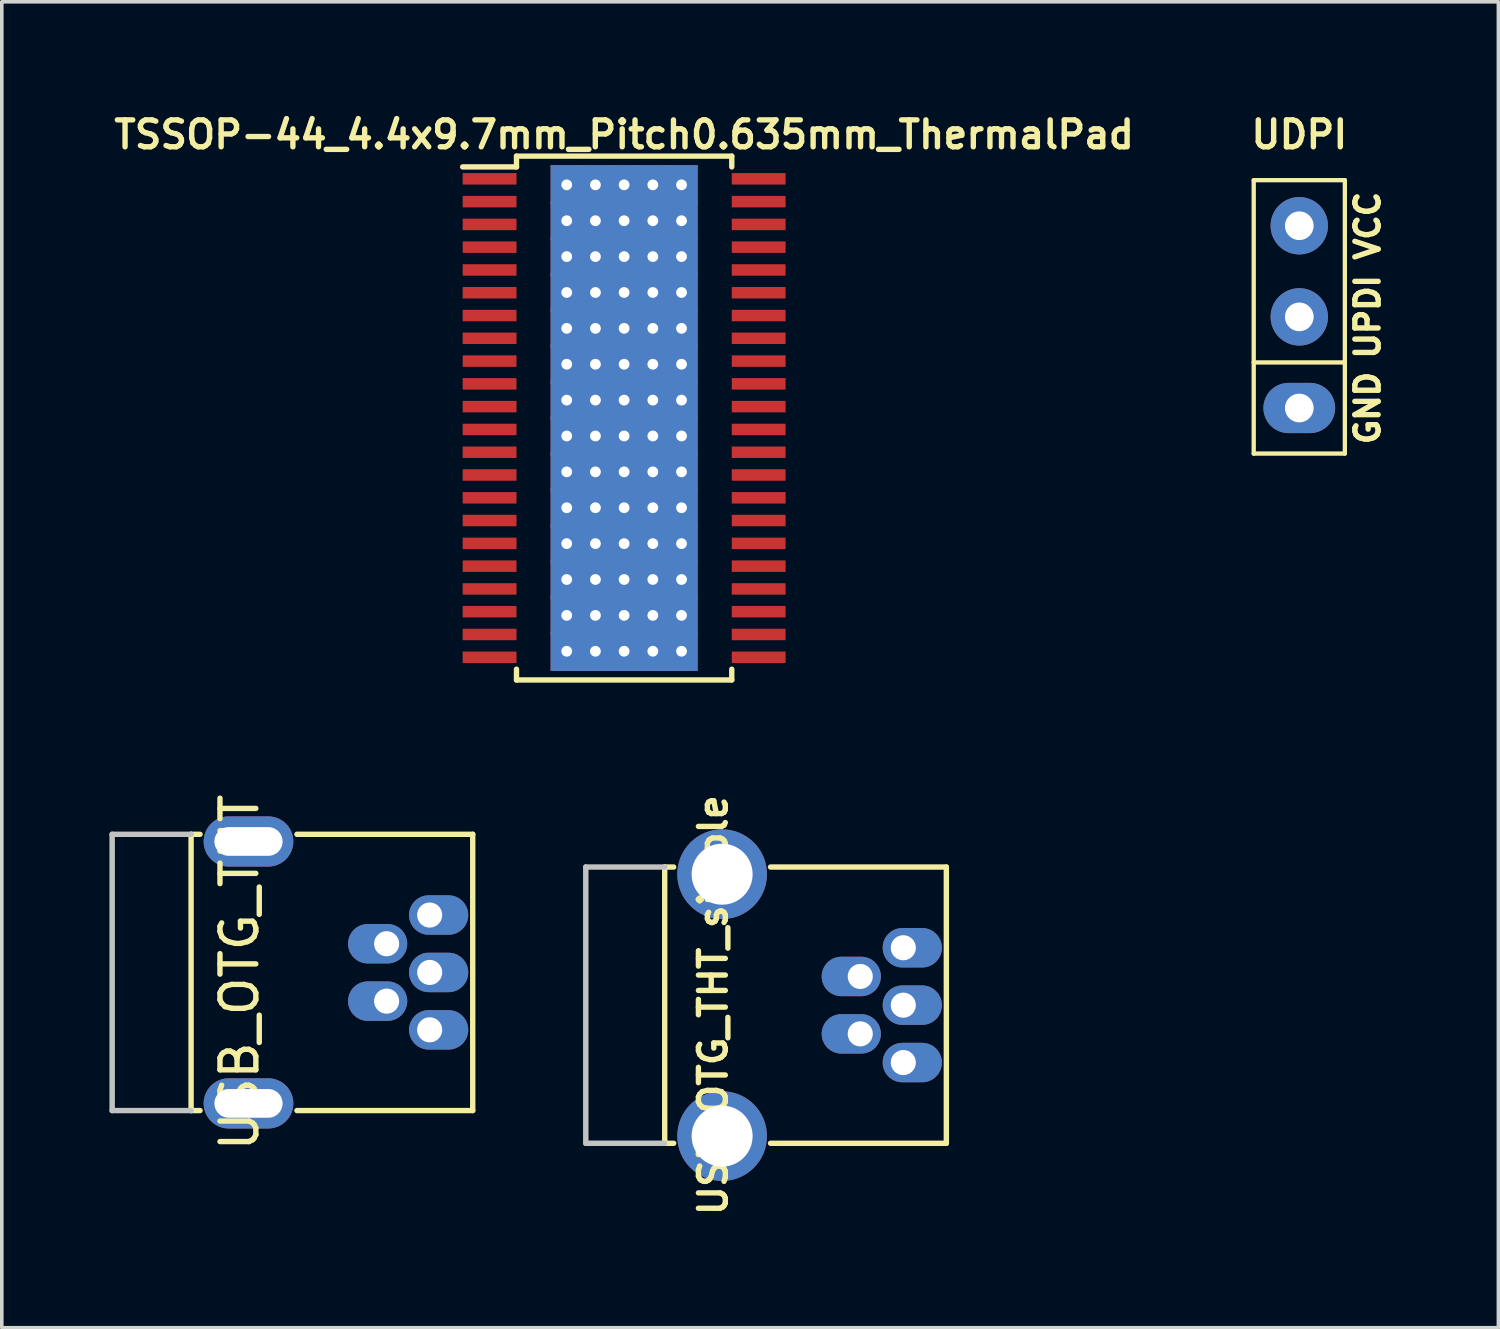
<source format=kicad_pcb>
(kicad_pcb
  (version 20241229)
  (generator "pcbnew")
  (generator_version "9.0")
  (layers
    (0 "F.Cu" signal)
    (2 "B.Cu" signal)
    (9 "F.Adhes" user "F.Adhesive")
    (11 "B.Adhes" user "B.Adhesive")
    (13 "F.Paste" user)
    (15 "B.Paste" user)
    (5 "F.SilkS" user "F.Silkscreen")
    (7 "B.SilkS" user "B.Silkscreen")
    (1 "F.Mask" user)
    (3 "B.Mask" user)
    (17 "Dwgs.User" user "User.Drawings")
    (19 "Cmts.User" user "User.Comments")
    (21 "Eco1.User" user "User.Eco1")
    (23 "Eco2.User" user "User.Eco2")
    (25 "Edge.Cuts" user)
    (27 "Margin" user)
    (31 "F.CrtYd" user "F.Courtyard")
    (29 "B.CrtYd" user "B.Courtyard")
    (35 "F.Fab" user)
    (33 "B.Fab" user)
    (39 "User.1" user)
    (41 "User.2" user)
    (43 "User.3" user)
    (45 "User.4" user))
  (footprint "UDPI"
    (layer "F.Cu")
    (at 33.164 5.782)
    (property "Reference" "UDPI" (at 0 -5.08 0) (unlocked yes) (layer "F.SilkS") (effects (font (size 0.75 0.75) (thickness 0.15))))
    (attr through_hole)
    (fp_line (start -1.27 -3.81) (end 1.27 -3.81) (stroke (width 0.12) (type solid)) (layer "F.SilkS"))
    (fp_line (start -1.27 1.27) (end 1.27 1.27) (stroke (width 0.12) (type solid)) (layer "F.SilkS"))
    (fp_line (start -1.27 3.81) (end -1.27 -3.81) (stroke (width 0.12) (type solid)) (layer "F.SilkS"))
    (fp_line (start 1.27 -3.81) (end 1.27 3.81) (stroke (width 0.12) (type solid)) (layer "F.SilkS"))
    (fp_line (start 1.27 3.81) (end -1.27 3.81) (stroke (width 0.12) (type solid)) (layer "F.SilkS"))
    (fp_text user "GND" (at 1.905 2.54 90) (unlocked yes) (layer "F.SilkS") (effects (font (size 0.65 0.65) (thickness 0.15))))
    (fp_text user "VCC" (at 1.905 -2.54 90) (unlocked yes) (layer "F.SilkS") (effects (font (size 0.65 0.65) (thickness 0.15))))
    (fp_text user "UPDI" (at 1.905 0 90) (unlocked yes) (layer "F.SilkS") (effects (font (size 0.65 0.65) (thickness 0.15))))
    (pad "1" thru_hole oval (at 0 2.54 90) (size 1.4 2) (drill 0.8) (layers "*.Cu" "*.Mask"))
    (pad "2" thru_hole circle (at 0 0) (size 1.6 1.6) (drill 0.8) (layers "*.Cu" "*.Mask"))
    (pad "3" thru_hole circle (at 0 -2.54) (size 1.6 1.6) (drill 0.8) (layers "*.Cu" "*.Mask")))
  (footprint "USB_OTG_THT_simple"
    (layer "F.Cu")
    (at 22.127 24.966)
    (property "Reference" "USB_OTG_THT_simple" (at -5.3 0 90) (layer "F.SilkS") (effects (font (size 0.75 0.75) (thickness 0.15))))
    (attr through_hole)
    (fp_line (start -6.65 -3.85) (end -6.65 3.85) (stroke (width 0.15) (type solid)) (layer "F.SilkS"))
    (fp_line (start -6.65 -3.85) (end -6.4 -3.85) (stroke (width 0.15) (type solid)) (layer "F.SilkS"))
    (fp_line (start -6.65 3.85) (end -6.4 3.85) (stroke (width 0.15) (type solid)) (layer "F.SilkS"))
    (fp_line (start -3.7 -3.85) (end 1.2 -3.85) (stroke (width 0.15) (type solid)) (layer "F.SilkS"))
    (fp_line (start 1.2 -3.85) (end 1.2 3.85) (stroke (width 0.15) (type solid)) (layer "F.SilkS"))
    (fp_line (start 1.2 3.85) (end -3.7 3.85) (stroke (width 0.15) (type solid)) (layer "F.SilkS"))
    (fp_line (start -8.85 -3.85) (end -8.85 3.85) (stroke (width 0.152) (type solid)) (layer "Dwgs.User"))
    (fp_line (start -8.85 -3.85) (end -6.65 -3.85) (stroke (width 0.152) (type solid)) (layer "Dwgs.User"))
    (fp_line (start -8.85 3.85) (end -6.65 3.85) (stroke (width 0.152) (type solid)) (layer "Dwgs.User"))
    (pad "1" thru_hole oval (at 0 -1.6 90) (size 1.1 1.65) (drill 0.7 (offset 0 0.25)) (layers "*.Cu" "*.Mask"))
    (pad "2" thru_hole oval (at -1.2 -0.8 270) (size 1.1 1.65) (drill 0.7 (offset 0 0.25)) (layers "*.Cu" "*.Mask"))
    (pad "3" thru_hole oval (at 0 0 90) (size 1.1 1.65) (drill 0.7 (offset 0 0.25)) (layers "*.Cu" "*.Mask"))
    (pad "4" thru_hole oval (at -1.2 0.8 270) (size 1.1 1.65) (drill 0.7 (offset 0 0.25)) (layers "*.Cu" "*.Mask"))
    (pad "5" thru_hole oval (at 0 1.6 90) (size 1.1 1.65) (drill 0.7 (offset 0 0.25)) (layers "*.Cu" "*.Mask"))
    (pad "6" thru_hole circle (at -5.05 3.65) (size 2.5 2.5) (drill 1.7) (layers "*.Cu" "*.Mask"))
    (pad "7" thru_hole circle (at -5.05 -3.65) (size 2.5 2.5) (drill 1.7) (layers "*.Cu" "*.Mask")))
  (footprint "USB_OTG_THT"
    (layer "F.Cu")
    (at 8.926 24.054)
    (property "Reference" "USB_OTG_THT" (at -5.3 0 90) (layer "F.SilkS") (effects (font (size 1 1) (thickness 0.15))))
    (attr through_hole)
    (fp_line (start -6.65 -3.85) (end -6.65 3.85) (stroke (width 0.15) (type solid)) (layer "F.SilkS"))
    (fp_line (start -6.65 -3.85) (end -6.4 -3.85) (stroke (width 0.15) (type solid)) (layer "F.SilkS"))
    (fp_line (start -6.65 3.85) (end -6.4 3.85) (stroke (width 0.15) (type solid)) (layer "F.SilkS"))
    (fp_line (start -3.7 -3.85) (end 1.2 -3.85) (stroke (width 0.15) (type solid)) (layer "F.SilkS"))
    (fp_line (start 1.2 -3.85) (end 1.2 3.85) (stroke (width 0.15) (type solid)) (layer "F.SilkS"))
    (fp_line (start 1.2 3.85) (end -3.7 3.85) (stroke (width 0.15) (type solid)) (layer "F.SilkS"))
    (fp_line (start -8.85 -3.85) (end -8.85 3.85) (stroke (width 0.152) (type solid)) (layer "Dwgs.User"))
    (fp_line (start -8.85 -3.85) (end -6.65 -3.85) (stroke (width 0.152) (type solid)) (layer "Dwgs.User"))
    (fp_line (start -8.85 3.85) (end -6.65 3.85) (stroke (width 0.152) (type solid)) (layer "Dwgs.User"))
    (pad "1" thru_hole oval (at 0 -1.6 90) (size 1.1 1.65) (drill 0.7 (offset 0 0.25)) (layers "*.Cu" "*.Mask"))
    (pad "2" thru_hole oval (at -1.2 -0.8 270) (size 1.1 1.65) (drill 0.7 (offset 0 0.25)) (layers "*.Cu" "*.Mask"))
    (pad "3" thru_hole oval (at 0 0 90) (size 1.1 1.65) (drill 0.7 (offset 0 0.25)) (layers "*.Cu" "*.Mask"))
    (pad "4" thru_hole oval (at -1.2 0.8 270) (size 1.1 1.65) (drill 0.7 (offset 0 0.25)) (layers "*.Cu" "*.Mask"))
    (pad "5" thru_hole oval (at 0 1.6 90) (size 1.1 1.65) (drill 0.7 (offset 0 0.25)) (layers "*.Cu" "*.Mask"))
    (pad "6" thru_hole oval (at -5.05 3.65) (size 2.5 1.4) (drill oval 1.9 0.8) (layers "*.Cu" "*.Mask"))
    (pad "7" thru_hole oval (at -5.05 -3.65) (size 2.5 1.4) (drill oval 1.9 0.8) (layers "*.Cu" "*.Mask")))
  (footprint "TSSOP-44_4.4x9.7mm_Pitch0.635mm_ThermalPad"
    (layer "F.Cu")
    (at 14.346 8.602)
    (property "Reference" "TSSOP-44_4.4x9.7mm_Pitch0.635mm_ThermalPad" (at 0 -7.9 0) (layer "F.SilkS") (effects (font (size 0.75 0.75) (thickness 0.15))))
    (attr smd)
    (fp_line (start -3 -7.3) (end -3 -7) (stroke (width 0.15) (type solid)) (layer "F.SilkS"))
    (fp_line (start -3 -7.3) (end 3 -7.3) (stroke (width 0.15) (type solid)) (layer "F.SilkS"))
    (fp_line (start -3 -7) (end -4.5 -7) (stroke (width 0.15) (type solid)) (layer "F.SilkS"))
    (fp_line (start -3 7.3) (end -3 7) (stroke (width 0.15) (type solid)) (layer "F.SilkS"))
    (fp_line (start -3 7.3) (end 3 7.3) (stroke (width 0.15) (type solid)) (layer "F.SilkS"))
    (fp_line (start 3 -7) (end 3 -7.3) (stroke (width 0.15) (type solid)) (layer "F.SilkS"))
    (fp_line (start 3 7.3) (end 3 7) (stroke (width 0.15) (type solid)) (layer "F.SilkS"))
    (pad "1" smd rect (at -3.75 -6.668) (size 1.5 0.32) (layers "F.Cu" "F.Mask" "F.Paste"))
    (pad "2" smd rect (at -3.75 -6.032) (size 1.5 0.32) (layers "F.Cu" "F.Mask" "F.Paste"))
    (pad "3" smd rect (at -3.75 -5.397) (size 1.5 0.32) (layers "F.Cu" "F.Mask" "F.Paste"))
    (pad "4" smd rect (at -3.75 -4.763) (size 1.5 0.32) (layers "F.Cu" "F.Mask" "F.Paste"))
    (pad "5" smd rect (at -3.75 -4.128) (size 1.5 0.32) (layers "F.Cu" "F.Mask" "F.Paste"))
    (pad "6" smd rect (at -3.75 -3.493) (size 1.5 0.32) (layers "F.Cu" "F.Mask" "F.Paste"))
    (pad "7" smd rect (at -3.75 -2.857) (size 1.5 0.32) (layers "F.Cu" "F.Mask" "F.Paste"))
    (pad "8" smd rect (at -3.75 -2.223) (size 1.5 0.32) (layers "F.Cu" "F.Mask" "F.Paste"))
    (pad "9" smd rect (at -3.75 -1.587) (size 1.5 0.32) (layers "F.Cu" "F.Mask" "F.Paste"))
    (pad "10" smd rect (at -3.75 -0.953) (size 1.5 0.32) (layers "F.Cu" "F.Mask" "F.Paste"))
    (pad "11" smd rect (at -3.75 -0.318) (size 1.5 0.32) (layers "F.Cu" "F.Mask" "F.Paste"))
    (pad "12" smd rect (at -3.75 0.318) (size 1.5 0.32) (layers "F.Cu" "F.Mask" "F.Paste"))
    (pad "13" smd rect (at -3.75 0.953) (size 1.5 0.32) (layers "F.Cu" "F.Mask" "F.Paste"))
    (pad "14" smd rect (at -3.75 1.587) (size 1.5 0.32) (layers "F.Cu" "F.Mask" "F.Paste"))
    (pad "15" smd rect (at -3.75 2.223) (size 1.5 0.32) (layers "F.Cu" "F.Mask" "F.Paste"))
    (pad "16" smd rect (at -3.75 2.857) (size 1.5 0.32) (layers "F.Cu" "F.Mask" "F.Paste"))
    (pad "17" smd rect (at -3.75 3.493) (size 1.5 0.32) (layers "F.Cu" "F.Mask" "F.Paste"))
    (pad "18" smd rect (at -3.75 4.128) (size 1.5 0.32) (layers "F.Cu" "F.Mask" "F.Paste"))
    (pad "19" smd rect (at -3.75 4.763) (size 1.5 0.32) (layers "F.Cu" "F.Mask" "F.Paste"))
    (pad "20" smd rect (at -3.75 5.397) (size 1.5 0.32) (layers "F.Cu" "F.Mask" "F.Paste"))
    (pad "21" smd rect (at -3.75 6.032) (size 1.5 0.32) (layers "F.Cu" "F.Mask" "F.Paste"))
    (pad "22" smd rect (at -3.75 6.668) (size 1.5 0.32) (layers "F.Cu" "F.Mask" "F.Paste"))
    (pad "23" smd rect (at 3.75 6.668) (size 1.5 0.32) (layers "F.Cu" "F.Mask" "F.Paste"))
    (pad "24" smd rect (at 3.75 6.032) (size 1.5 0.32) (layers "F.Cu" "F.Mask" "F.Paste"))
    (pad "25" smd rect (at 3.75 5.397) (size 1.5 0.32) (layers "F.Cu" "F.Mask" "F.Paste"))
    (pad "26" smd rect (at 3.75 4.763) (size 1.5 0.32) (layers "F.Cu" "F.Mask" "F.Paste"))
    (pad "27" smd rect (at 3.75 4.128) (size 1.5 0.32) (layers "F.Cu" "F.Mask" "F.Paste"))
    (pad "28" smd rect (at 3.75 3.493) (size 1.5 0.32) (layers "F.Cu" "F.Mask" "F.Paste"))
    (pad "29" smd rect (at 3.75 2.857) (size 1.5 0.32) (layers "F.Cu" "F.Mask" "F.Paste"))
    (pad "30" smd rect (at 3.75 2.223) (size 1.5 0.32) (layers "F.Cu" "F.Mask" "F.Paste"))
    (pad "31" smd rect (at 3.75 1.587) (size 1.5 0.32) (layers "F.Cu" "F.Mask" "F.Paste"))
    (pad "32" smd rect (at 3.75 0.953) (size 1.5 0.32) (layers "F.Cu" "F.Mask" "F.Paste"))
    (pad "33" smd rect (at 3.75 0.318) (size 1.5 0.32) (layers "F.Cu" "F.Mask" "F.Paste"))
    (pad "34" smd rect (at 3.75 -0.318) (size 1.5 0.32) (layers "F.Cu" "F.Mask" "F.Paste"))
    (pad "35" smd rect (at 3.75 -0.953) (size 1.5 0.32) (layers "F.Cu" "F.Mask" "F.Paste"))
    (pad "36" smd rect (at 3.75 -1.587) (size 1.5 0.32) (layers "F.Cu" "F.Mask" "F.Paste"))
    (pad "37" smd rect (at 3.75 -2.223) (size 1.5 0.32) (layers "F.Cu" "F.Mask" "F.Paste"))
    (pad "38" smd rect (at 3.75 -2.857) (size 1.5 0.32) (layers "F.Cu" "F.Mask" "F.Paste"))
    (pad "39" smd rect (at 3.75 -3.493) (size 1.5 0.32) (layers "F.Cu" "F.Mask" "F.Paste"))
    (pad "40" smd rect (at 3.75 -4.128) (size 1.5 0.32) (layers "F.Cu" "F.Mask" "F.Paste"))
    (pad "41" smd rect (at 3.75 -4.763) (size 1.5 0.32) (layers "F.Cu" "F.Mask" "F.Paste"))
    (pad "42" smd rect (at 3.75 -5.397) (size 1.5 0.32) (layers "F.Cu" "F.Mask" "F.Paste"))
    (pad "43" smd rect (at 3.75 -6.032) (size 1.5 0.32) (layers "F.Cu" "F.Mask" "F.Paste"))
    (pad "44" smd rect (at 3.75 -6.668) (size 1.5 0.32) (layers "F.Cu" "F.Mask" "F.Paste"))
    (pad "45" thru_hole rect (at -1.6 -6.5) (size 0.9 1.1) (drill 0.3) (layers "*.Cu"))
    (pad "45" thru_hole rect (at -1.6 -5.5) (size 0.9 1.1) (drill 0.3) (layers "*.Cu"))
    (pad "45" thru_hole rect (at -1.6 -4.5) (size 0.9 1.1) (drill 0.3) (layers "*.Cu"))
    (pad "45" thru_hole rect (at -1.6 -3.5) (size 0.9 1.1) (drill 0.3) (layers "*.Cu" "*.Mask"))
    (pad "45" thru_hole rect (at -1.6 -2.5) (size 0.9 1.1) (drill 0.3) (layers "*.Cu" "*.Mask"))
    (pad "45" thru_hole rect (at -1.6 -1.5) (size 0.9 1.1) (drill 0.3) (layers "*.Cu" "*.Mask"))
    (pad "45" thru_hole rect (at -1.6 -0.5) (size 0.9 1.1) (drill 0.3) (layers "*.Cu" "*.Mask"))
    (pad "45" thru_hole rect (at -1.6 0.5) (size 0.9 1.1) (drill 0.3) (layers "*.Cu" "*.Mask"))
    (pad "45" thru_hole rect (at -1.6 1.5) (size 0.9 1.1) (drill 0.3) (layers "*.Cu" "*.Mask"))
    (pad "45" thru_hole rect (at -1.6 2.5) (size 0.9 1.1) (drill 0.3) (layers "*.Cu" "*.Mask"))
    (pad "45" thru_hole rect (at -1.6 3.5) (size 0.9 1.1) (drill 0.3) (layers "*.Cu" "*.Mask"))
    (pad "45" thru_hole rect (at -1.6 4.5) (size 0.9 1.1) (drill 0.3) (layers "*.Cu"))
    (pad "45" thru_hole rect (at -1.6 5.5) (size 0.9 1.1) (drill 0.3) (layers "*.Cu"))
    (pad "45" thru_hole rect (at -1.6 6.5) (size 0.9 1.1) (drill 0.3) (layers "*.Cu"))
    (pad "45" thru_hole rect (at -0.8 -6.5) (size 0.9 1.1) (drill 0.3) (layers "*.Cu"))
    (pad "45" thru_hole rect (at -0.8 -5.5) (size 0.9 1.1) (drill 0.3) (layers "*.Cu"))
    (pad "45" thru_hole rect (at -0.8 -4.5) (size 0.9 1.1) (drill 0.3) (layers "*.Cu"))
    (pad "45" thru_hole rect (at -0.8 -3.5) (size 0.9 1.1) (drill 0.3) (layers "*.Cu" "*.Mask"))
    (pad "45" thru_hole rect (at -0.8 -2.5) (size 0.9 1.1) (drill 0.3) (layers "*.Cu" "*.Mask"))
    (pad "45" thru_hole rect (at -0.8 -1.5) (size 0.9 1.1) (drill 0.3) (layers "*.Cu" "*.Mask"))
    (pad "45" thru_hole rect (at -0.8 -0.5) (size 0.9 1.1) (drill 0.3) (layers "*.Cu" "*.Mask"))
    (pad "45" thru_hole rect (at -0.8 0.5) (size 0.9 1.1) (drill 0.3) (layers "*.Cu" "*.Mask"))
    (pad "45" thru_hole rect (at -0.8 1.5) (size 0.9 1.1) (drill 0.3) (layers "*.Cu" "*.Mask"))
    (pad "45" thru_hole rect (at -0.8 2.5) (size 0.9 1.1) (drill 0.3) (layers "*.Cu" "*.Mask"))
    (pad "45" thru_hole rect (at -0.8 3.5) (size 0.9 1.1) (drill 0.3) (layers "*.Cu" "*.Mask"))
    (pad "45" thru_hole rect (at -0.8 4.5) (size 0.9 1.1) (drill 0.3) (layers "*.Cu"))
    (pad "45" thru_hole rect (at -0.8 5.5) (size 0.9 1.1) (drill 0.3) (layers "*.Cu"))
    (pad "45" thru_hole rect (at -0.8 6.5) (size 0.9 1.1) (drill 0.3) (layers "*.Cu"))
    (pad "45" thru_hole rect (at 0 -6.5) (size 0.9 1.1) (drill 0.3) (layers "*.Cu"))
    (pad "45" thru_hole rect (at 0 -5.5) (size 0.9 1.1) (drill 0.3) (layers "*.Cu"))
    (pad "45" thru_hole rect (at 0 -4.5) (size 0.9 1.1) (drill 0.3) (layers "*.Cu"))
    (pad "45" thru_hole rect (at 0 -3.5) (size 0.9 1.1) (drill 0.3) (layers "*.Cu" "*.Mask"))
    (pad "45" thru_hole rect (at 0 -2.5) (size 0.9 1.1) (drill 0.3) (layers "*.Cu" "*.Mask"))
    (pad "45" thru_hole rect (at 0 -1.5) (size 0.9 1.1) (drill 0.3) (layers "*.Cu" "*.Mask"))
    (pad "45" thru_hole rect (at 0 -0.5) (size 0.9 1.1) (drill 0.3) (layers "*.Cu" "*.Mask"))
    (pad "45" thru_hole rect (at 0 0.5) (size 0.9 1.1) (drill 0.3) (layers "*.Cu" "*.Mask"))
    (pad "45" thru_hole rect (at 0 1.5) (size 0.9 1.1) (drill 0.3) (layers "*.Cu" "*.Mask"))
    (pad "45" thru_hole rect (at 0 2.5) (size 0.9 1.1) (drill 0.3) (layers "*.Cu" "*.Mask"))
    (pad "45" thru_hole rect (at 0 3.5) (size 0.9 1.1) (drill 0.3) (layers "*.Cu" "*.Mask"))
    (pad "45" thru_hole rect (at 0 4.5) (size 0.9 1.1) (drill 0.3) (layers "*.Cu"))
    (pad "45" thru_hole rect (at 0 5.5) (size 0.9 1.1) (drill 0.3) (layers "*.Cu"))
    (pad "45" thru_hole rect (at 0 6.5) (size 0.9 1.1) (drill 0.3) (layers "*.Cu"))
    (pad "45" thru_hole rect (at 0.8 -6.5) (size 0.9 1.1) (drill 0.3) (layers "*.Cu"))
    (pad "45" thru_hole rect (at 0.8 -5.5) (size 0.9 1.1) (drill 0.3) (layers "*.Cu"))
    (pad "45" thru_hole rect (at 0.8 -4.5) (size 0.9 1.1) (drill 0.3) (layers "*.Cu"))
    (pad "45" thru_hole rect (at 0.8 -3.5) (size 0.9 1.1) (drill 0.3) (layers "*.Cu" "*.Mask"))
    (pad "45" thru_hole rect (at 0.8 -2.5) (size 0.9 1.1) (drill 0.3) (layers "*.Cu" "*.Mask"))
    (pad "45" thru_hole rect (at 0.8 -1.5) (size 0.9 1.1) (drill 0.3) (layers "*.Cu" "*.Mask"))
    (pad "45" thru_hole rect (at 0.8 -0.5) (size 0.9 1.1) (drill 0.3) (layers "*.Cu" "*.Mask"))
    (pad "45" thru_hole rect (at 0.8 0.5) (size 0.9 1.1) (drill 0.3) (layers "*.Cu" "*.Mask"))
    (pad "45" thru_hole rect (at 0.8 1.5) (size 0.9 1.1) (drill 0.3) (layers "*.Cu" "*.Mask"))
    (pad "45" thru_hole rect (at 0.8 2.5) (size 0.9 1.1) (drill 0.3) (layers "*.Cu" "*.Mask"))
    (pad "45" thru_hole rect (at 0.8 3.5) (size 0.9 1.1) (drill 0.3) (layers "*.Cu" "*.Mask"))
    (pad "45" thru_hole rect (at 0.8 4.5) (size 0.9 1.1) (drill 0.3) (layers "*.Cu"))
    (pad "45" thru_hole rect (at 0.8 5.5) (size 0.9 1.1) (drill 0.3) (layers "*.Cu"))
    (pad "45" thru_hole rect (at 0.8 6.5) (size 0.9 1.1) (drill 0.3) (layers "*.Cu"))
    (pad "45" thru_hole rect (at 1.6 -6.5) (size 0.9 1.1) (drill 0.3) (layers "*.Cu"))
    (pad "45" thru_hole rect (at 1.6 -5.5) (size 0.9 1.1) (drill 0.3) (layers "*.Cu"))
    (pad "45" thru_hole rect (at 1.6 -4.5) (size 0.9 1.1) (drill 0.3) (layers "*.Cu"))
    (pad "45" thru_hole rect (at 1.6 -3.5) (size 0.9 1.1) (drill 0.3) (layers "*.Cu" "*.Mask"))
    (pad "45" thru_hole rect (at 1.6 -2.5) (size 0.9 1.1) (drill 0.3) (layers "*.Cu" "*.Mask"))
    (pad "45" thru_hole rect (at 1.6 -1.5) (size 0.9 1.1) (drill 0.3) (layers "*.Cu" "*.Mask"))
    (pad "45" thru_hole rect (at 1.6 -0.5) (size 0.9 1.1) (drill 0.3) (layers "*.Cu" "*.Mask"))
    (pad "45" thru_hole rect (at 1.6 0.5) (size 0.9 1.1) (drill 0.3) (layers "*.Cu" "*.Mask"))
    (pad "45" thru_hole rect (at 1.6 1.5) (size 0.9 1.1) (drill 0.3) (layers "*.Cu" "*.Mask"))
    (pad "45" thru_hole rect (at 1.6 2.5) (size 0.9 1.1) (drill 0.3) (layers "*.Cu" "*.Mask"))
    (pad "45" thru_hole rect (at 1.6 3.5) (size 0.9 1.1) (drill 0.3) (layers "*.Cu" "*.Mask"))
    (pad "45" thru_hole rect (at 1.6 4.5) (size 0.9 1.1) (drill 0.3) (layers "*.Cu"))
    (pad "45" thru_hole rect (at 1.6 5.5) (size 0.9 1.1) (drill 0.3) (layers "*.Cu"))
    (pad "45" thru_hole rect (at 1.6 6.5) (size 0.9 1.1) (drill 0.3) (layers "*.Cu")))
  (gr_rect
    (start -3 -3)
    (end 38.713 33.956)
    (stroke (width 0.1) (type default))
    (fill no)
    (layer "Edge.Cuts")))
</source>
